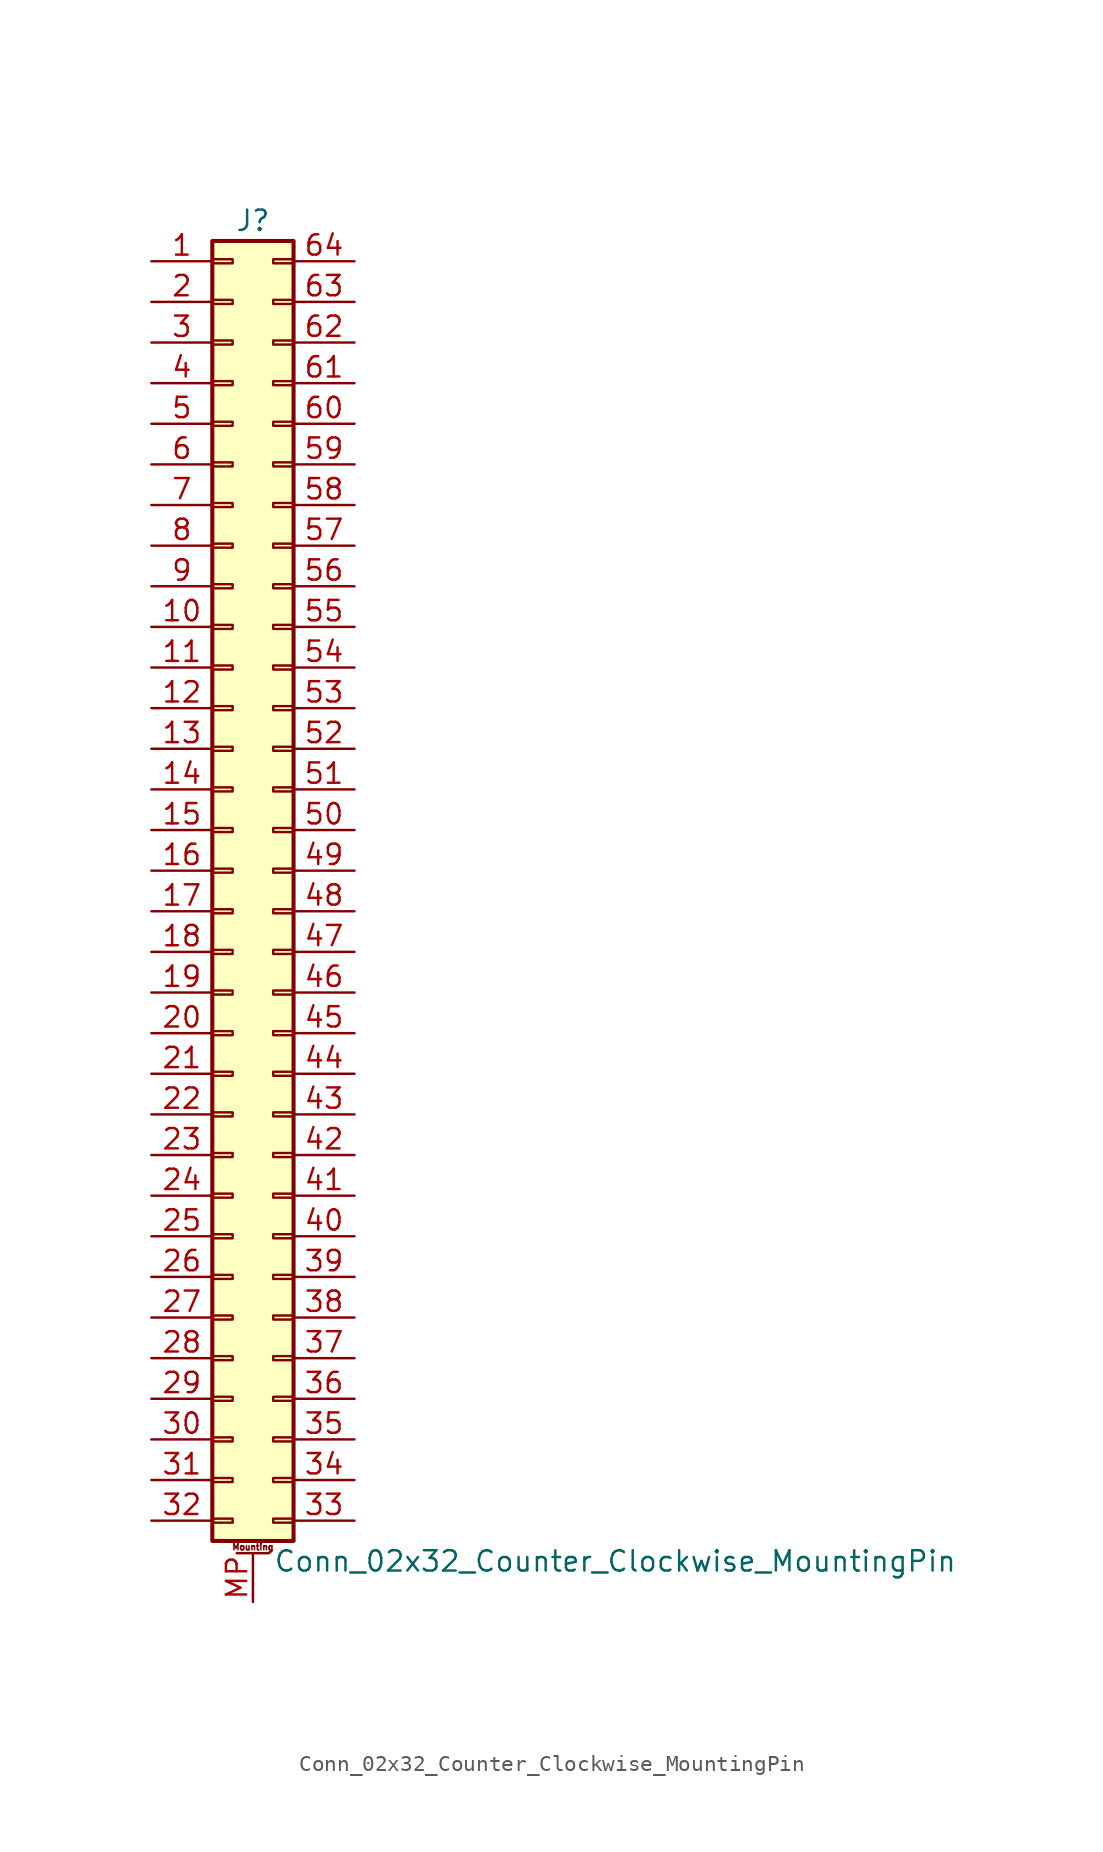
<source format=kicad_sym>
(kicad_symbol_lib
  (version 20220914)
  (generator kicad_symbol_editor)
  (symbol "Conn_02x32_Counter_Clockwise_MountingPin"
    (pin_names
      (offset 1.016) hide)
    (property "Reference" "J"
      (at 1.27 40.64 0)
      (effects (font (size 1.27 1.27))))
    (property "Value" "Conn_02x32_Counter_Clockwise_MountingPin"
      (at 2.54 -43.18 0)
      (effects (font (size 1.27 1.27)) (justify left)))
    (symbol "Conn_02x32_Counter_Clockwise_MountingPin_1_1"
      (rectangle (start -1.27 -40.513) (end 0 -40.767) (stroke (width 0.152) (type default)) (fill (type none)))
      (rectangle (start -1.27 -37.973) (end 0 -38.227) (stroke (width 0.152) (type default)) (fill (type none)))
      (rectangle (start -1.27 -35.433) (end 0 -35.687) (stroke (width 0.152) (type default)) (fill (type none)))
      (rectangle (start -1.27 -32.893) (end 0 -33.147) (stroke (width 0.152) (type default)) (fill (type none)))
      (rectangle (start -1.27 -30.353) (end 0 -30.607) (stroke (width 0.152) (type default)) (fill (type none)))
      (rectangle (start -1.27 -27.813) (end 0 -28.067) (stroke (width 0.152) (type default)) (fill (type none)))
      (rectangle (start -1.27 -25.273) (end 0 -25.527) (stroke (width 0.152) (type default)) (fill (type none)))
      (rectangle (start -1.27 -22.733) (end 0 -22.987) (stroke (width 0.152) (type default)) (fill (type none)))
      (rectangle (start -1.27 -20.193) (end 0 -20.447) (stroke (width 0.152) (type default)) (fill (type none)))
      (rectangle (start -1.27 -17.653) (end 0 -17.907) (stroke (width 0.152) (type default)) (fill (type none)))
      (rectangle (start -1.27 -15.113) (end 0 -15.367) (stroke (width 0.152) (type default)) (fill (type none)))
      (rectangle (start -1.27 -12.573) (end 0 -12.827) (stroke (width 0.152) (type default)) (fill (type none)))
      (rectangle (start -1.27 -10.033) (end 0 -10.287) (stroke (width 0.152) (type default)) (fill (type none)))
      (rectangle (start -1.27 -7.493) (end 0 -7.747) (stroke (width 0.152) (type default)) (fill (type none)))
      (rectangle (start -1.27 -4.953) (end 0 -5.207) (stroke (width 0.152) (type default)) (fill (type none)))
      (rectangle (start -1.27 -2.413) (end 0 -2.667) (stroke (width 0.152) (type default)) (fill (type none)))
      (rectangle (start -1.27 0.127) (end 0 -0.127) (stroke (width 0.152) (type default)) (fill (type none)))
      (rectangle (start -1.27 2.667) (end 0 2.413) (stroke (width 0.152) (type default)) (fill (type none)))
      (rectangle (start -1.27 5.207) (end 0 4.953) (stroke (width 0.152) (type default)) (fill (type none)))
      (rectangle (start -1.27 7.747) (end 0 7.493) (stroke (width 0.152) (type default)) (fill (type none)))
      (rectangle (start -1.27 10.287) (end 0 10.033) (stroke (width 0.152) (type default)) (fill (type none)))
      (rectangle (start -1.27 12.827) (end 0 12.573) (stroke (width 0.152) (type default)) (fill (type none)))
      (rectangle (start -1.27 15.367) (end 0 15.113) (stroke (width 0.152) (type default)) (fill (type none)))
      (rectangle (start -1.27 17.907) (end 0 17.653) (stroke (width 0.152) (type default)) (fill (type none)))
      (rectangle (start -1.27 20.447) (end 0 20.193) (stroke (width 0.152) (type default)) (fill (type none)))
      (rectangle (start -1.27 22.987) (end 0 22.733) (stroke (width 0.152) (type default)) (fill (type none)))
      (rectangle (start -1.27 25.527) (end 0 25.273) (stroke (width 0.152) (type default)) (fill (type none)))
      (rectangle (start -1.27 28.067) (end 0 27.813) (stroke (width 0.152) (type default)) (fill (type none)))
      (rectangle (start -1.27 30.607) (end 0 30.353) (stroke (width 0.152) (type default)) (fill (type none)))
      (rectangle (start -1.27 33.147) (end 0 32.893) (stroke (width 0.152) (type default)) (fill (type none)))
      (rectangle (start -1.27 35.687) (end 0 35.433) (stroke (width 0.152) (type default)) (fill (type none)))
      (rectangle (start -1.27 38.227) (end 0 37.973) (stroke (width 0.152) (type default)) (fill (type none)))
      (rectangle (start -1.27 39.37) (end 3.81 -41.91) (stroke (width 0.254) (type default)) (fill (type background)))
      (polyline (pts (xy 0.254 -42.672) (xy 2.286 -42.672)) (stroke (width 0.152) (type default)) (fill (type none)))
      (rectangle (start 3.81 -40.513) (end 2.54 -40.767) (stroke (width 0.152) (type default)) (fill (type none)))
      (rectangle (start 3.81 -37.973) (end 2.54 -38.227) (stroke (width 0.152) (type default)) (fill (type none)))
      (rectangle (start 3.81 -35.433) (end 2.54 -35.687) (stroke (width 0.152) (type default)) (fill (type none)))
      (rectangle (start 3.81 -32.893) (end 2.54 -33.147) (stroke (width 0.152) (type default)) (fill (type none)))
      (rectangle (start 3.81 -30.353) (end 2.54 -30.607) (stroke (width 0.152) (type default)) (fill (type none)))
      (rectangle (start 3.81 -27.813) (end 2.54 -28.067) (stroke (width 0.152) (type default)) (fill (type none)))
      (rectangle (start 3.81 -25.273) (end 2.54 -25.527) (stroke (width 0.152) (type default)) (fill (type none)))
      (rectangle (start 3.81 -22.733) (end 2.54 -22.987) (stroke (width 0.152) (type default)) (fill (type none)))
      (rectangle (start 3.81 -20.193) (end 2.54 -20.447) (stroke (width 0.152) (type default)) (fill (type none)))
      (rectangle (start 3.81 -17.653) (end 2.54 -17.907) (stroke (width 0.152) (type default)) (fill (type none)))
      (rectangle (start 3.81 -15.113) (end 2.54 -15.367) (stroke (width 0.152) (type default)) (fill (type none)))
      (rectangle (start 3.81 -12.573) (end 2.54 -12.827) (stroke (width 0.152) (type default)) (fill (type none)))
      (rectangle (start 3.81 -10.033) (end 2.54 -10.287) (stroke (width 0.152) (type default)) (fill (type none)))
      (rectangle (start 3.81 -7.493) (end 2.54 -7.747) (stroke (width 0.152) (type default)) (fill (type none)))
      (rectangle (start 3.81 -4.953) (end 2.54 -5.207) (stroke (width 0.152) (type default)) (fill (type none)))
      (rectangle (start 3.81 -2.413) (end 2.54 -2.667) (stroke (width 0.152) (type default)) (fill (type none)))
      (rectangle (start 3.81 0.127) (end 2.54 -0.127) (stroke (width 0.152) (type default)) (fill (type none)))
      (rectangle (start 3.81 2.667) (end 2.54 2.413) (stroke (width 0.152) (type default)) (fill (type none)))
      (rectangle (start 3.81 5.207) (end 2.54 4.953) (stroke (width 0.152) (type default)) (fill (type none)))
      (rectangle (start 3.81 7.747) (end 2.54 7.493) (stroke (width 0.152) (type default)) (fill (type none)))
      (rectangle (start 3.81 10.287) (end 2.54 10.033) (stroke (width 0.152) (type default)) (fill (type none)))
      (rectangle (start 3.81 12.827) (end 2.54 12.573) (stroke (width 0.152) (type default)) (fill (type none)))
      (rectangle (start 3.81 15.367) (end 2.54 15.113) (stroke (width 0.152) (type default)) (fill (type none)))
      (rectangle (start 3.81 17.907) (end 2.54 17.653) (stroke (width 0.152) (type default)) (fill (type none)))
      (rectangle (start 3.81 20.447) (end 2.54 20.193) (stroke (width 0.152) (type default)) (fill (type none)))
      (rectangle (start 3.81 22.987) (end 2.54 22.733) (stroke (width 0.152) (type default)) (fill (type none)))
      (rectangle (start 3.81 25.527) (end 2.54 25.273) (stroke (width 0.152) (type default)) (fill (type none)))
      (rectangle (start 3.81 28.067) (end 2.54 27.813) (stroke (width 0.152) (type default)) (fill (type none)))
      (rectangle (start 3.81 30.607) (end 2.54 30.353) (stroke (width 0.152) (type default)) (fill (type none)))
      (rectangle (start 3.81 33.147) (end 2.54 32.893) (stroke (width 0.152) (type default)) (fill (type none)))
      (rectangle (start 3.81 35.687) (end 2.54 35.433) (stroke (width 0.152) (type default)) (fill (type none)))
      (rectangle (start 3.81 38.227) (end 2.54 37.973) (stroke (width 0.152) (type default)) (fill (type none)))
      (text "Mounting" (at 1.27 -42.291 0) (effects (font (size 0.381 0.381))))
      (pin passive line (at -5.08 38.1 0) (length 3.81) (name "Pin_1" (effects (font (size 1.27 1.27)))) (number "1" (effects (font (size 1.27 1.27)))))
      (pin passive line (at -5.08 15.24 0) (length 3.81) (name "Pin_10" (effects (font (size 1.27 1.27)))) (number "10" (effects (font (size 1.27 1.27)))))
      (pin passive line (at -5.08 12.7 0) (length 3.81) (name "Pin_11" (effects (font (size 1.27 1.27)))) (number "11" (effects (font (size 1.27 1.27)))))
      (pin passive line (at -5.08 10.16 0) (length 3.81) (name "Pin_12" (effects (font (size 1.27 1.27)))) (number "12" (effects (font (size 1.27 1.27)))))
      (pin passive line (at -5.08 7.62 0) (length 3.81) (name "Pin_13" (effects (font (size 1.27 1.27)))) (number "13" (effects (font (size 1.27 1.27)))))
      (pin passive line (at -5.08 5.08 0) (length 3.81) (name "Pin_14" (effects (font (size 1.27 1.27)))) (number "14" (effects (font (size 1.27 1.27)))))
      (pin passive line (at -5.08 2.54 0) (length 3.81) (name "Pin_15" (effects (font (size 1.27 1.27)))) (number "15" (effects (font (size 1.27 1.27)))))
      (pin passive line (at -5.08 0 0) (length 3.81) (name "Pin_16" (effects (font (size 1.27 1.27)))) (number "16" (effects (font (size 1.27 1.27)))))
      (pin passive line (at -5.08 -2.54 0) (length 3.81) (name "Pin_17" (effects (font (size 1.27 1.27)))) (number "17" (effects (font (size 1.27 1.27)))))
      (pin passive line (at -5.08 -5.08 0) (length 3.81) (name "Pin_18" (effects (font (size 1.27 1.27)))) (number "18" (effects (font (size 1.27 1.27)))))
      (pin passive line (at -5.08 -7.62 0) (length 3.81) (name "Pin_19" (effects (font (size 1.27 1.27)))) (number "19" (effects (font (size 1.27 1.27)))))
      (pin passive line (at -5.08 35.56 0) (length 3.81) (name "Pin_2" (effects (font (size 1.27 1.27)))) (number "2" (effects (font (size 1.27 1.27)))))
      (pin passive line (at -5.08 -10.16 0) (length 3.81) (name "Pin_20" (effects (font (size 1.27 1.27)))) (number "20" (effects (font (size 1.27 1.27)))))
      (pin passive line (at -5.08 -12.7 0) (length 3.81) (name "Pin_21" (effects (font (size 1.27 1.27)))) (number "21" (effects (font (size 1.27 1.27)))))
      (pin passive line (at -5.08 -15.24 0) (length 3.81) (name "Pin_22" (effects (font (size 1.27 1.27)))) (number "22" (effects (font (size 1.27 1.27)))))
      (pin passive line (at -5.08 -17.78 0) (length 3.81) (name "Pin_23" (effects (font (size 1.27 1.27)))) (number "23" (effects (font (size 1.27 1.27)))))
      (pin passive line (at -5.08 -20.32 0) (length 3.81) (name "Pin_24" (effects (font (size 1.27 1.27)))) (number "24" (effects (font (size 1.27 1.27)))))
      (pin passive line (at -5.08 -22.86 0) (length 3.81) (name "Pin_25" (effects (font (size 1.27 1.27)))) (number "25" (effects (font (size 1.27 1.27)))))
      (pin passive line (at -5.08 -25.4 0) (length 3.81) (name "Pin_26" (effects (font (size 1.27 1.27)))) (number "26" (effects (font (size 1.27 1.27)))))
      (pin passive line (at -5.08 -27.94 0) (length 3.81) (name "Pin_27" (effects (font (size 1.27 1.27)))) (number "27" (effects (font (size 1.27 1.27)))))
      (pin passive line (at -5.08 -30.48 0) (length 3.81) (name "Pin_28" (effects (font (size 1.27 1.27)))) (number "28" (effects (font (size 1.27 1.27)))))
      (pin passive line (at -5.08 -33.02 0) (length 3.81) (name "Pin_29" (effects (font (size 1.27 1.27)))) (number "29" (effects (font (size 1.27 1.27)))))
      (pin passive line (at -5.08 33.02 0) (length 3.81) (name "Pin_3" (effects (font (size 1.27 1.27)))) (number "3" (effects (font (size 1.27 1.27)))))
      (pin passive line (at -5.08 -35.56 0) (length 3.81) (name "Pin_30" (effects (font (size 1.27 1.27)))) (number "30" (effects (font (size 1.27 1.27)))))
      (pin passive line (at -5.08 -38.1 0) (length 3.81) (name "Pin_31" (effects (font (size 1.27 1.27)))) (number "31" (effects (font (size 1.27 1.27)))))
      (pin passive line (at -5.08 -40.64 0) (length 3.81) (name "Pin_32" (effects (font (size 1.27 1.27)))) (number "32" (effects (font (size 1.27 1.27)))))
      (pin passive line (at 7.62 -40.64 180) (length 3.81) (name "Pin_33" (effects (font (size 1.27 1.27)))) (number "33" (effects (font (size 1.27 1.27)))))
      (pin passive line (at 7.62 -38.1 180) (length 3.81) (name "Pin_34" (effects (font (size 1.27 1.27)))) (number "34" (effects (font (size 1.27 1.27)))))
      (pin passive line (at 7.62 -35.56 180) (length 3.81) (name "Pin_35" (effects (font (size 1.27 1.27)))) (number "35" (effects (font (size 1.27 1.27)))))
      (pin passive line (at 7.62 -33.02 180) (length 3.81) (name "Pin_36" (effects (font (size 1.27 1.27)))) (number "36" (effects (font (size 1.27 1.27)))))
      (pin passive line (at 7.62 -30.48 180) (length 3.81) (name "Pin_37" (effects (font (size 1.27 1.27)))) (number "37" (effects (font (size 1.27 1.27)))))
      (pin passive line (at 7.62 -27.94 180) (length 3.81) (name "Pin_38" (effects (font (size 1.27 1.27)))) (number "38" (effects (font (size 1.27 1.27)))))
      (pin passive line (at 7.62 -25.4 180) (length 3.81) (name "Pin_39" (effects (font (size 1.27 1.27)))) (number "39" (effects (font (size 1.27 1.27)))))
      (pin passive line (at -5.08 30.48 0) (length 3.81) (name "Pin_4" (effects (font (size 1.27 1.27)))) (number "4" (effects (font (size 1.27 1.27)))))
      (pin passive line (at 7.62 -22.86 180) (length 3.81) (name "Pin_40" (effects (font (size 1.27 1.27)))) (number "40" (effects (font (size 1.27 1.27)))))
      (pin passive line (at 7.62 -20.32 180) (length 3.81) (name "Pin_41" (effects (font (size 1.27 1.27)))) (number "41" (effects (font (size 1.27 1.27)))))
      (pin passive line (at 7.62 -17.78 180) (length 3.81) (name "Pin_42" (effects (font (size 1.27 1.27)))) (number "42" (effects (font (size 1.27 1.27)))))
      (pin passive line (at 7.62 -15.24 180) (length 3.81) (name "Pin_43" (effects (font (size 1.27 1.27)))) (number "43" (effects (font (size 1.27 1.27)))))
      (pin passive line (at 7.62 -12.7 180) (length 3.81) (name "Pin_44" (effects (font (size 1.27 1.27)))) (number "44" (effects (font (size 1.27 1.27)))))
      (pin passive line (at 7.62 -10.16 180) (length 3.81) (name "Pin_45" (effects (font (size 1.27 1.27)))) (number "45" (effects (font (size 1.27 1.27)))))
      (pin passive line (at 7.62 -7.62 180) (length 3.81) (name "Pin_46" (effects (font (size 1.27 1.27)))) (number "46" (effects (font (size 1.27 1.27)))))
      (pin passive line (at 7.62 -5.08 180) (length 3.81) (name "Pin_47" (effects (font (size 1.27 1.27)))) (number "47" (effects (font (size 1.27 1.27)))))
      (pin passive line (at 7.62 -2.54 180) (length 3.81) (name "Pin_48" (effects (font (size 1.27 1.27)))) (number "48" (effects (font (size 1.27 1.27)))))
      (pin passive line (at 7.62 0 180) (length 3.81) (name "Pin_49" (effects (font (size 1.27 1.27)))) (number "49" (effects (font (size 1.27 1.27)))))
      (pin passive line (at -5.08 27.94 0) (length 3.81) (name "Pin_5" (effects (font (size 1.27 1.27)))) (number "5" (effects (font (size 1.27 1.27)))))
      (pin passive line (at 7.62 2.54 180) (length 3.81) (name "Pin_50" (effects (font (size 1.27 1.27)))) (number "50" (effects (font (size 1.27 1.27)))))
      (pin passive line (at 7.62 5.08 180) (length 3.81) (name "Pin_51" (effects (font (size 1.27 1.27)))) (number "51" (effects (font (size 1.27 1.27)))))
      (pin passive line (at 7.62 7.62 180) (length 3.81) (name "Pin_52" (effects (font (size 1.27 1.27)))) (number "52" (effects (font (size 1.27 1.27)))))
      (pin passive line (at 7.62 10.16 180) (length 3.81) (name "Pin_53" (effects (font (size 1.27 1.27)))) (number "53" (effects (font (size 1.27 1.27)))))
      (pin passive line (at 7.62 12.7 180) (length 3.81) (name "Pin_54" (effects (font (size 1.27 1.27)))) (number "54" (effects (font (size 1.27 1.27)))))
      (pin passive line (at 7.62 15.24 180) (length 3.81) (name "Pin_55" (effects (font (size 1.27 1.27)))) (number "55" (effects (font (size 1.27 1.27)))))
      (pin passive line (at 7.62 17.78 180) (length 3.81) (name "Pin_56" (effects (font (size 1.27 1.27)))) (number "56" (effects (font (size 1.27 1.27)))))
      (pin passive line (at 7.62 20.32 180) (length 3.81) (name "Pin_57" (effects (font (size 1.27 1.27)))) (number "57" (effects (font (size 1.27 1.27)))))
      (pin passive line (at 7.62 22.86 180) (length 3.81) (name "Pin_58" (effects (font (size 1.27 1.27)))) (number "58" (effects (font (size 1.27 1.27)))))
      (pin passive line (at 7.62 25.4 180) (length 3.81) (name "Pin_59" (effects (font (size 1.27 1.27)))) (number "59" (effects (font (size 1.27 1.27)))))
      (pin passive line (at -5.08 25.4 0) (length 3.81) (name "Pin_6" (effects (font (size 1.27 1.27)))) (number "6" (effects (font (size 1.27 1.27)))))
      (pin passive line (at 7.62 27.94 180) (length 3.81) (name "Pin_60" (effects (font (size 1.27 1.27)))) (number "60" (effects (font (size 1.27 1.27)))))
      (pin passive line (at 7.62 30.48 180) (length 3.81) (name "Pin_61" (effects (font (size 1.27 1.27)))) (number "61" (effects (font (size 1.27 1.27)))))
      (pin passive line (at 7.62 33.02 180) (length 3.81) (name "Pin_62" (effects (font (size 1.27 1.27)))) (number "62" (effects (font (size 1.27 1.27)))))
      (pin passive line (at 7.62 35.56 180) (length 3.81) (name "Pin_63" (effects (font (size 1.27 1.27)))) (number "63" (effects (font (size 1.27 1.27)))))
      (pin passive line (at 7.62 38.1 180) (length 3.81) (name "Pin_64" (effects (font (size 1.27 1.27)))) (number "64" (effects (font (size 1.27 1.27)))))
      (pin passive line (at -5.08 22.86 0) (length 3.81) (name "Pin_7" (effects (font (size 1.27 1.27)))) (number "7" (effects (font (size 1.27 1.27)))))
      (pin passive line (at -5.08 20.32 0) (length 3.81) (name "Pin_8" (effects (font (size 1.27 1.27)))) (number "8" (effects (font (size 1.27 1.27)))))
      (pin passive line (at -5.08 17.78 0) (length 3.81) (name "Pin_9" (effects (font (size 1.27 1.27)))) (number "9" (effects (font (size 1.27 1.27)))))
      (pin passive line (at 1.27 -45.72 90) (length 3.048) (name "MountPin" (effects (font (size 1.27 1.27)))) (number "MP" (effects (font (size 1.27 1.27))))))))
</source>
